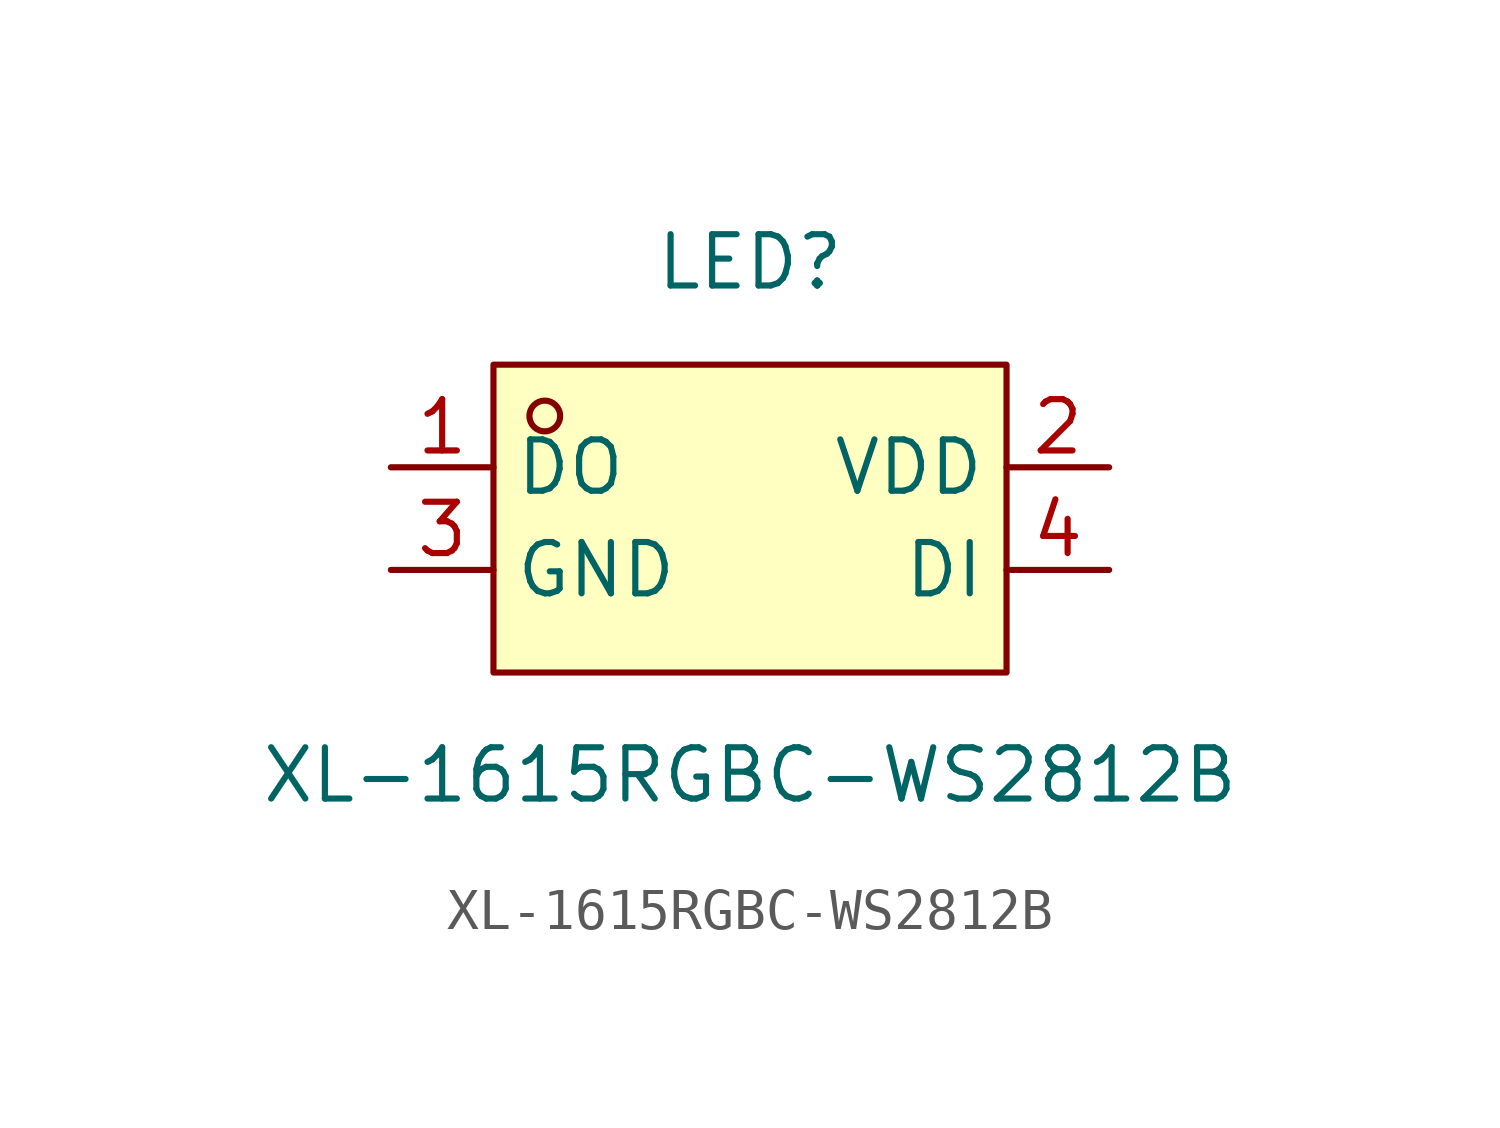
<source format=kicad_sym>
(kicad_symbol_lib
  (version 20211014)
  (generator https://github.com/uPesy/easyeda2kicad.py)
  (symbol "XL-1615RGBC-WS2812B"
    (property "Reference" "LED"
      (at 0 6.35 0)
      (effects (font (size 1.27 1.27))))
    (property "Value" "XL-1615RGBC-WS2812B"
      (at 0 -6.35 0)
      (effects (font (size 1.27 1.27))))
    (symbol "XL-1615RGBC-WS2812B_0_1"
      (rectangle (start -6.35 3.81) (end 6.35 -3.81) (stroke (width 0) (type default) (color 0 0 0 0)) (fill (type background)))
      (circle (center -5.08 2.54) (radius 0.38) (stroke (width 0) (type default) (color 0 0 0 0)) (fill (type none)))
      (pin unspecified line (at -8.89 1.27 0) (length 2.54) (name "DO" (effects (font (size 1.27 1.27)))) (number "1" (effects (font (size 1.27 1.27)))))
      (pin unspecified line (at 8.89 1.27 180) (length 2.54) (name "VDD" (effects (font (size 1.27 1.27)))) (number "2" (effects (font (size 1.27 1.27)))))
      (pin unspecified line (at -8.89 -1.27 0) (length 2.54) (name "GND" (effects (font (size 1.27 1.27)))) (number "3" (effects (font (size 1.27 1.27)))))
      (pin unspecified line (at 8.89 -1.27 180) (length 2.54) (name "DI" (effects (font (size 1.27 1.27)))) (number "4" (effects (font (size 1.27 1.27))))))))
</source>
